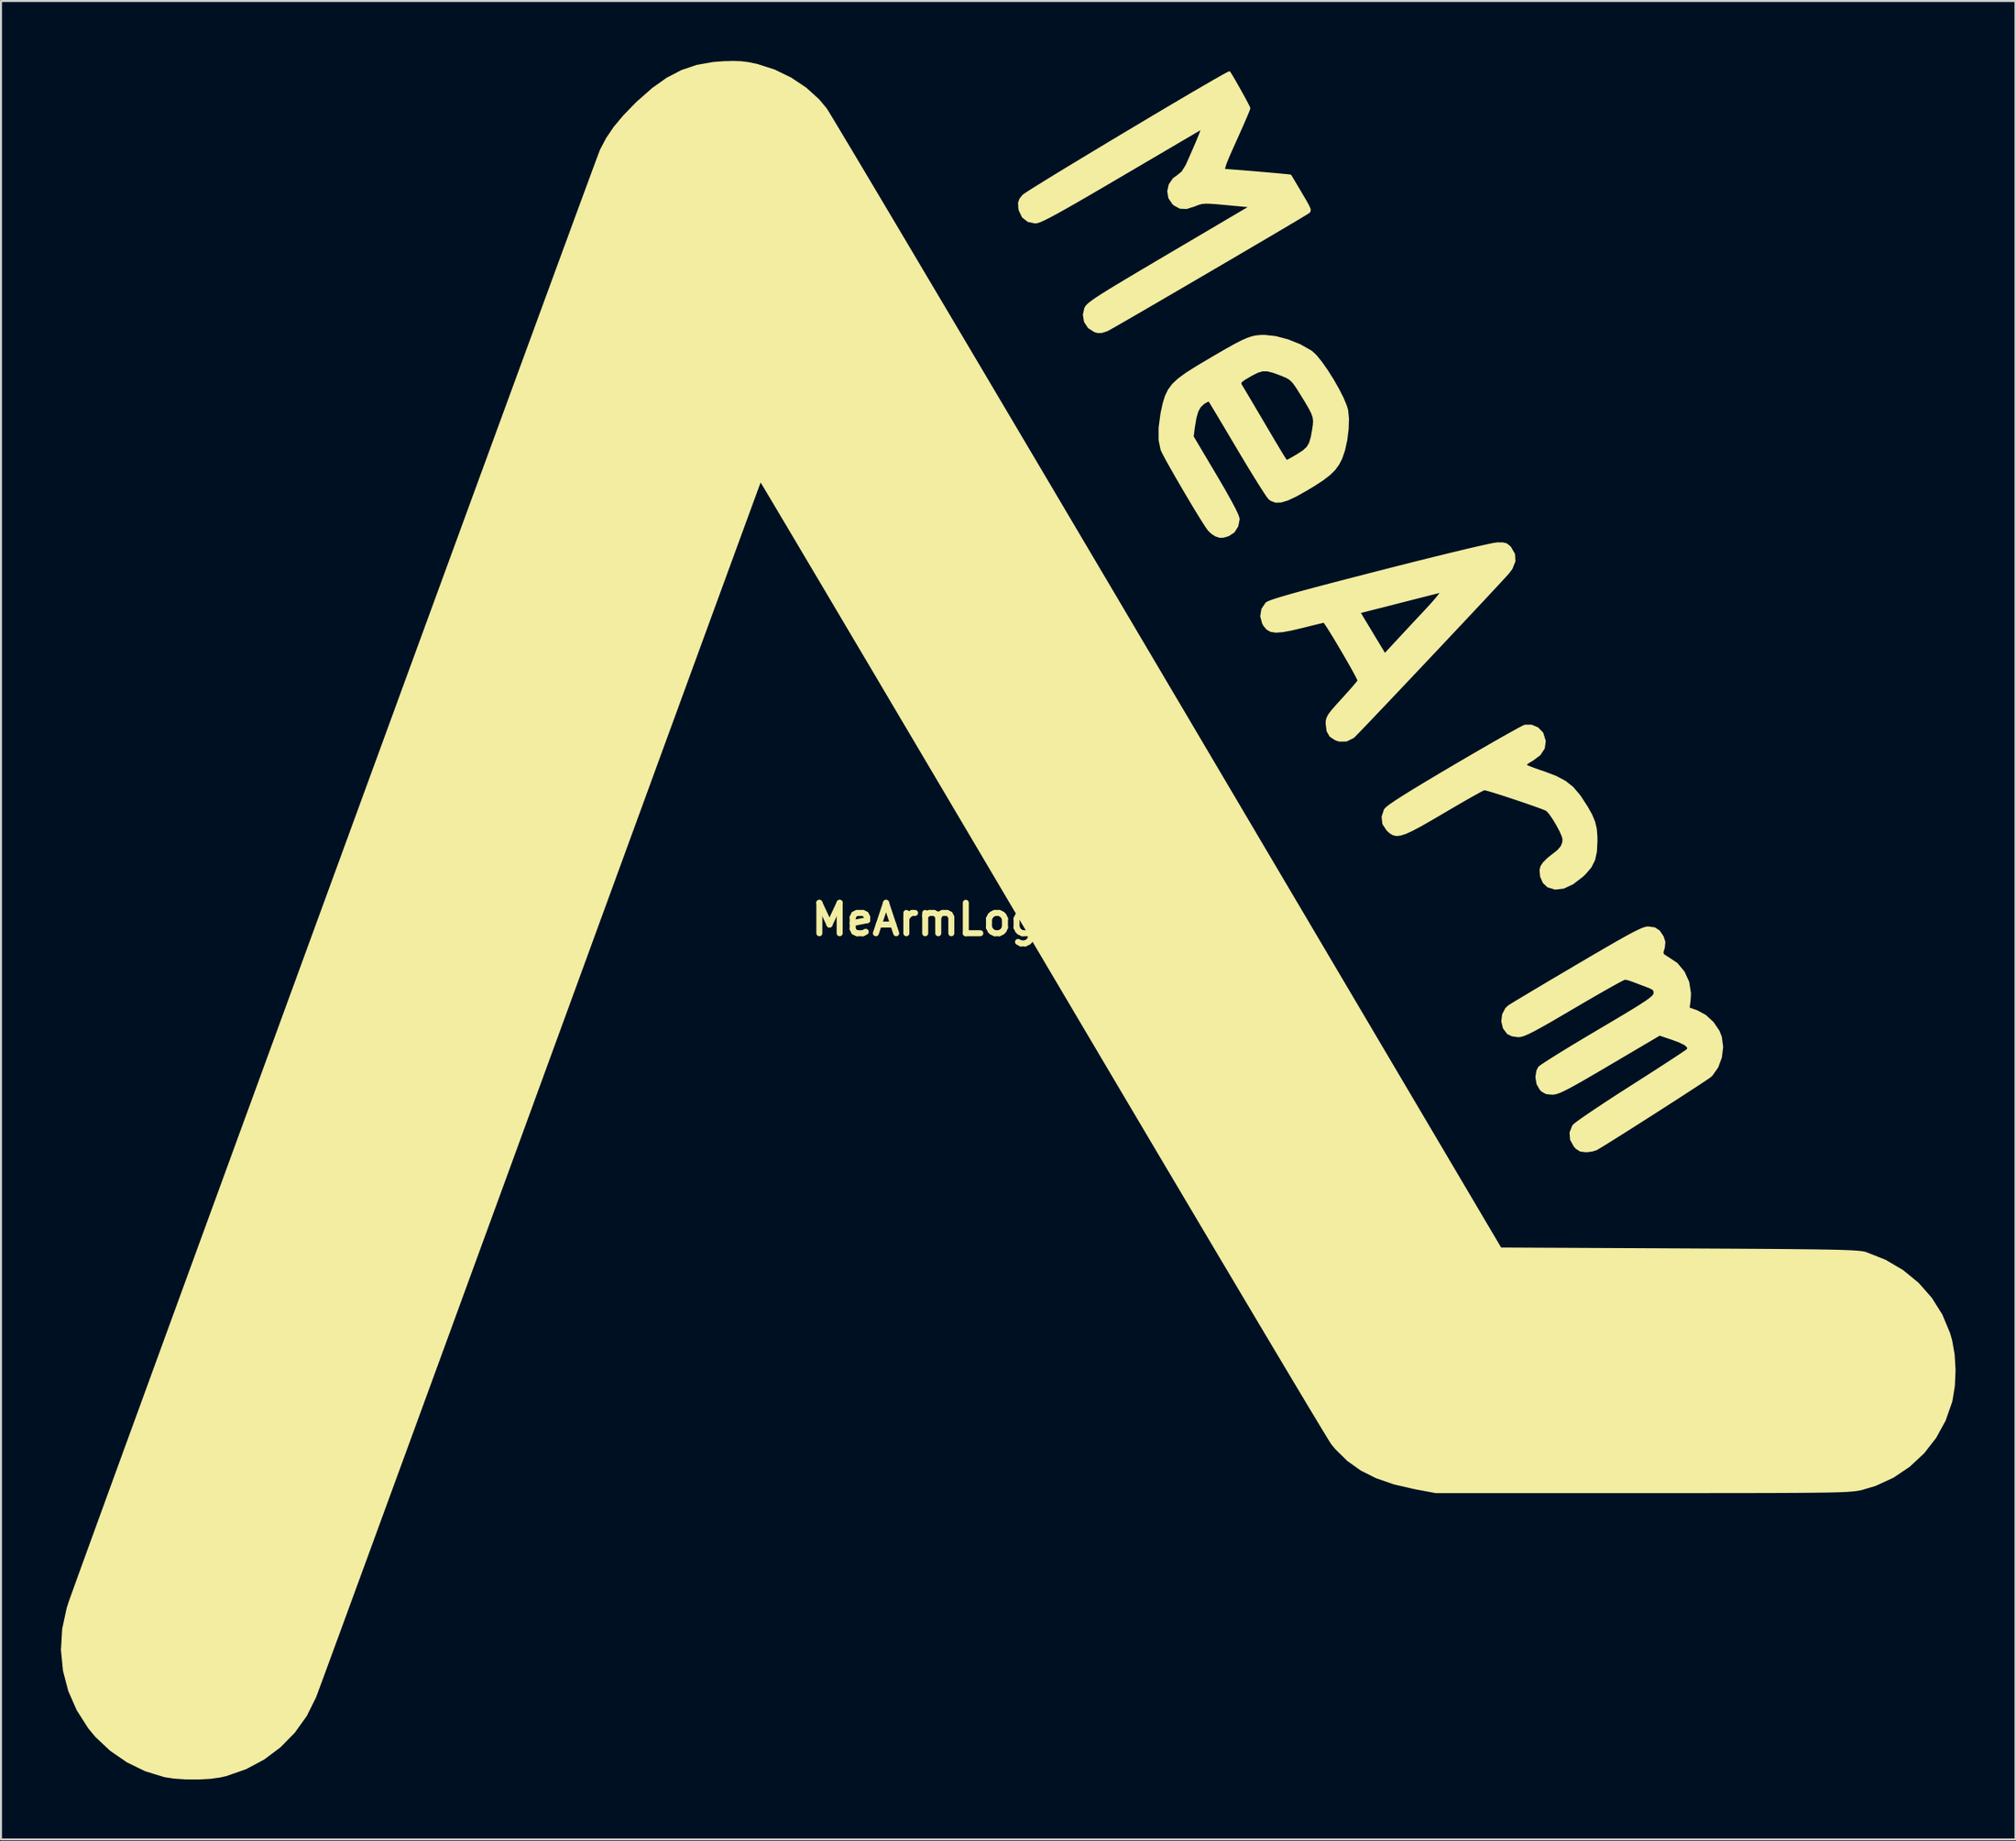
<source format=kicad_pcb>
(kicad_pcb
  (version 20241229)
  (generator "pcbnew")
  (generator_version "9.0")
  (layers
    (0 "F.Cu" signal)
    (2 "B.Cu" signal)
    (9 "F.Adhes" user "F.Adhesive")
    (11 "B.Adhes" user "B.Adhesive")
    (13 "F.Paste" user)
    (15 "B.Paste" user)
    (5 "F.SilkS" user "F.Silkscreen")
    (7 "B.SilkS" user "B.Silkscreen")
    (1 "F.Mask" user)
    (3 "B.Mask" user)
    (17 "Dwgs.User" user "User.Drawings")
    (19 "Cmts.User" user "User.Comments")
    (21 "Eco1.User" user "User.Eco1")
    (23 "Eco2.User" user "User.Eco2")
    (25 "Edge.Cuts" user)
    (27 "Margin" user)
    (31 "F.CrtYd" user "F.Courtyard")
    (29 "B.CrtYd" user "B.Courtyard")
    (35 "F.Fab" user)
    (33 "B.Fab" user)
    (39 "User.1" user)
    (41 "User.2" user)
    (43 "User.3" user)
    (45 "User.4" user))
  (footprint "MeArmLogo95mm"
    (layer "F.Cu")
    (at 47.424 42.967)
    (property "Reference" "MeArmLogo95mm" (at 0 0 0) (layer "F.SilkS") (effects (font (size 1.524 1.524) (thickness 0.3))))
    (attr through_hole)
    (fp_poly (pts (xy 29.42 -3.937) (xy 29.393 -3.402) (xy 29.301 -2.983) (xy 29.124 -2.633) (xy 28.845 -2.304) (xy 28.712 -2.178) (xy 28.224 -1.803) (xy 27.772 -1.592) (xy 27.357 -1.544) (xy 26.991 -1.655) (xy 26.779 -1.857) (xy 26.649 -2.151) (xy 26.621 -2.472) (xy 26.661 -2.644) (xy 26.776 -2.818) (xy 26.985 -3.028) (xy 27.177 -3.183) (xy 27.487 -3.426) (xy 27.67 -3.633) (xy 27.756 -3.843) (xy 27.771 -4.015) (xy 27.725 -4.189) (xy 27.607 -4.453) (xy 27.443 -4.759) (xy 27.259 -5.062) (xy 27.084 -5.314) (xy 26.943 -5.468) (xy 26.937 -5.472) (xy 26.82 -5.526) (xy 26.574 -5.62) (xy 26.231 -5.743) (xy 25.823 -5.885) (xy 25.382 -6.034) (xy 24.941 -6.18) (xy 24.53 -6.312) (xy 24.183 -6.42) (xy 23.932 -6.493) (xy 23.808 -6.519) (xy 23.808 -6.519) (xy 23.712 -6.478) (xy 23.491 -6.361) (xy 23.165 -6.18) (xy 22.754 -5.946) (xy 22.278 -5.67) (xy 21.778 -5.376) (xy 21.129 -4.996) (xy 20.606 -4.698) (xy 20.191 -4.478) (xy 19.867 -4.33) (xy 19.615 -4.248) (xy 19.418 -4.226) (xy 19.257 -4.259) (xy 19.115 -4.341) (xy 18.974 -4.466) (xy 18.959 -4.481) (xy 18.756 -4.788) (xy 18.717 -5.134) (xy 18.831 -5.486) (xy 18.907 -5.572) (xy 19.075 -5.706) (xy 19.343 -5.891) (xy 19.719 -6.134) (xy 20.212 -6.441) (xy 20.829 -6.815) (xy 21.579 -7.263) (xy 22.281 -7.678) (xy 22.972 -8.083) (xy 23.624 -8.462) (xy 24.223 -8.807) (xy 24.752 -9.109) (xy 25.195 -9.357) (xy 25.537 -9.545) (xy 25.761 -9.661) (xy 25.846 -9.698) (xy 26.168 -9.698) (xy 26.474 -9.568) (xy 26.699 -9.337) (xy 26.716 -9.306) (xy 26.832 -8.928) (xy 26.784 -8.575) (xy 26.576 -8.258) (xy 26.213 -7.986) (xy 26.144 -7.949) (xy 25.957 -7.834) (xy 25.871 -7.738) (xy 25.877 -7.708) (xy 25.984 -7.655) (xy 26.215 -7.565) (xy 26.532 -7.452) (xy 26.78 -7.368) (xy 27.381 -7.141) (xy 27.851 -6.891) (xy 28.227 -6.59) (xy 28.549 -6.212) (xy 28.629 -6.097) (xy 28.941 -5.617) (xy 29.16 -5.226) (xy 29.303 -4.884) (xy 29.383 -4.549) (xy 29.416 -4.181) (xy 29.42 -3.937)) (stroke (width 0.1) (type solid)) (fill yes) (layer "F.SilkS"))
    (fp_poly (pts (xy 25.314 -17.928) (xy 25.168 -17.565) (xy 24.998 -17.34) (xy 24.819 -17.143) (xy 24.548 -16.849) (xy 24.195 -16.47) (xy 23.774 -16.018) (xy 23.295 -15.507) (xy 22.771 -14.948) (xy 22.213 -14.355) (xy 21.651 -13.757) (xy 21.651 -16.405) (xy 21.632 -16.411) (xy 21.505 -16.378) (xy 21.238 -16.31) (xy 20.858 -16.213) (xy 20.389 -16.094) (xy 19.857 -15.958) (xy 19.509 -15.869) (xy 17.554 -15.371) (xy 18.19 -14.317) (xy 18.826 -13.262) (xy 19.425 -13.909) (xy 19.711 -14.217) (xy 20.071 -14.604) (xy 20.462 -15.023) (xy 20.843 -15.43) (xy 20.913 -15.505) (xy 21.225 -15.846) (xy 21.46 -16.12) (xy 21.606 -16.312) (xy 21.651 -16.405) (xy 21.651 -13.757) (xy 21.634 -13.739) (xy 21.045 -13.115) (xy 20.458 -12.493) (xy 19.886 -11.888) (xy 19.34 -11.311) (xy 18.832 -10.775) (xy 18.373 -10.293) (xy 17.977 -9.877) (xy 17.654 -9.54) (xy 17.417 -9.295) (xy 17.278 -9.155) (xy 17.248 -9.127) (xy 16.906 -8.956) (xy 16.546 -8.952) (xy 16.369 -9.012) (xy 16.106 -9.184) (xy 15.963 -9.435) (xy 15.917 -9.799) (xy 15.917 -9.814) (xy 15.926 -9.962) (xy 15.965 -10.099) (xy 16.052 -10.254) (xy 16.205 -10.454) (xy 16.443 -10.727) (xy 16.701 -11.01) (xy 16.989 -11.329) (xy 17.234 -11.606) (xy 17.414 -11.817) (xy 17.506 -11.936) (xy 17.513 -11.948) (xy 17.48 -12.039) (xy 17.375 -12.246) (xy 17.213 -12.543) (xy 17.01 -12.902) (xy 16.782 -13.297) (xy 16.545 -13.7) (xy 16.315 -14.085) (xy 16.107 -14.424) (xy 15.938 -14.69) (xy 15.823 -14.857) (xy 15.781 -14.901) (xy 15.687 -14.882) (xy 15.462 -14.828) (xy 15.139 -14.749) (xy 14.752 -14.652) (xy 14.732 -14.647) (xy 14.15 -14.509) (xy 13.704 -14.427) (xy 13.37 -14.404) (xy 13.125 -14.442) (xy 12.945 -14.543) (xy 12.804 -14.709) (xy 12.736 -14.829) (xy 12.643 -15.176) (xy 12.7 -15.524) (xy 12.897 -15.819) (xy 12.9 -15.821) (xy 12.976 -15.869) (xy 13.123 -15.931) (xy 13.352 -16.01) (xy 13.671 -16.109) (xy 14.092 -16.231) (xy 14.623 -16.379) (xy 15.274 -16.554) (xy 16.056 -16.761) (xy 16.979 -17.001) (xy 18.052 -17.278) (xy 18.55 -17.406) (xy 19.553 -17.662) (xy 20.501 -17.901) (xy 21.379 -18.119) (xy 22.174 -18.314) (xy 22.873 -18.482) (xy 23.463 -18.62) (xy 23.93 -18.724) (xy 24.261 -18.793) (xy 24.444 -18.821) (xy 24.455 -18.822) (xy 24.734 -18.821) (xy 24.91 -18.777) (xy 25.05 -18.668) (xy 25.111 -18.601) (xy 25.295 -18.276) (xy 25.314 -17.928)) (stroke (width 0.1) (type solid)) (fill yes) (layer "F.SilkS"))
    (fp_poly (pts (xy 16.984 -25.068) (xy 16.968 -24.552) (xy 16.9 -24.003) (xy 16.787 -23.485) (xy 16.644 -23.071) (xy 16.493 -22.781) (xy 16.305 -22.524) (xy 16.055 -22.278) (xy 15.719 -22.02) (xy 15.287 -21.738) (xy 15.287 -24.951) (xy 15.263 -25.14) (xy 15.191 -25.347) (xy 15.061 -25.603) (xy 14.862 -25.942) (xy 14.622 -26.331) (xy 14.411 -26.665) (xy 14.249 -26.888) (xy 14.1 -27.035) (xy 13.93 -27.141) (xy 13.701 -27.24) (xy 13.679 -27.249) (xy 13.269 -27.402) (xy 12.962 -27.48) (xy 12.708 -27.483) (xy 12.456 -27.409) (xy 12.156 -27.257) (xy 12.084 -27.216) (xy 11.804 -27.05) (xy 11.649 -26.938) (xy 11.593 -26.853) (xy 11.613 -26.767) (xy 11.641 -26.72) (xy 11.715 -26.597) (xy 11.862 -26.351) (xy 12.066 -26.008) (xy 12.312 -25.591) (xy 12.588 -25.124) (xy 12.7 -24.934) (xy 13.049 -24.342) (xy 13.322 -23.88) (xy 13.53 -23.532) (xy 13.681 -23.282) (xy 13.785 -23.114) (xy 13.853 -23.013) (xy 13.894 -22.962) (xy 13.918 -22.945) (xy 13.924 -22.945) (xy 14.008 -22.985) (xy 14.197 -23.09) (xy 14.45 -23.238) (xy 14.459 -23.243) (xy 14.755 -23.434) (xy 14.954 -23.616) (xy 15.083 -23.833) (xy 15.172 -24.133) (xy 15.237 -24.492) (xy 15.275 -24.746) (xy 15.287 -24.951) (xy 15.287 -21.738) (xy 15.271 -21.728) (xy 14.899 -21.504) (xy 14.373 -21.209) (xy 13.958 -21.015) (xy 13.632 -20.917) (xy 13.372 -20.908) (xy 13.157 -20.985) (xy 13.051 -21.061) (xy 12.965 -21.168) (xy 12.807 -21.403) (xy 12.586 -21.747) (xy 12.316 -22.181) (xy 12.006 -22.686) (xy 11.67 -23.244) (xy 11.476 -23.572) (xy 11.136 -24.144) (xy 10.824 -24.669) (xy 10.55 -25.129) (xy 10.324 -25.506) (xy 10.157 -25.782) (xy 10.06 -25.941) (xy 10.039 -25.973) (xy 9.953 -25.954) (xy 9.788 -25.859) (xy 9.744 -25.828) (xy 9.573 -25.666) (xy 9.446 -25.437) (xy 9.351 -25.108) (xy 9.274 -24.646) (xy 9.266 -24.591) (xy 9.211 -24.163) (xy 10.363 -22.223) (xy 10.765 -21.536) (xy 11.083 -20.97) (xy 11.316 -20.531) (xy 11.461 -20.223) (xy 11.514 -20.05) (xy 11.515 -20.043) (xy 11.446 -19.691) (xy 11.263 -19.403) (xy 10.997 -19.229) (xy 10.748 -19.155) (xy 10.567 -19.152) (xy 10.372 -19.215) (xy 10.192 -19.33) (xy 10.026 -19.485) (xy 9.918 -19.632) (xy 9.743 -19.901) (xy 9.516 -20.266) (xy 9.252 -20.7) (xy 8.967 -21.178) (xy 8.676 -21.673) (xy 8.394 -22.159) (xy 8.136 -22.611) (xy 7.918 -23.002) (xy 7.756 -23.306) (xy 7.663 -23.497) (xy 7.655 -23.518) (xy 7.557 -23.995) (xy 7.556 -24.597) (xy 7.65 -25.309) (xy 7.656 -25.337) (xy 7.755 -25.801) (xy 7.87 -26.178) (xy 8.021 -26.493) (xy 8.229 -26.772) (xy 8.515 -27.039) (xy 8.9 -27.32) (xy 9.403 -27.639) (xy 9.724 -27.831) (xy 10.378 -28.217) (xy 10.908 -28.524) (xy 11.333 -28.76) (xy 11.675 -28.936) (xy 11.952 -29.059) (xy 12.186 -29.138) (xy 12.396 -29.183) (xy 12.603 -29.203) (xy 12.81 -29.207) (xy 13.368 -29.146) (xy 13.979 -28.983) (xy 14.583 -28.74) (xy 15.117 -28.437) (xy 15.171 -28.399) (xy 15.387 -28.195) (xy 15.648 -27.871) (xy 15.934 -27.463) (xy 16.221 -27.008) (xy 16.488 -26.54) (xy 16.714 -26.096) (xy 16.876 -25.711) (xy 16.941 -25.492) (xy 16.984 -25.068)) (stroke (width 0.1) (type solid)) (fill yes) (layer "F.SilkS"))
    (fp_poly (pts (xy 15.072 -35.47) (xy 15.036 -35.409) (xy 14.961 -35.357) (xy 14.765 -35.237) (xy 14.449 -35.047) (xy 14.026 -34.796) (xy 13.512 -34.492) (xy 12.922 -34.144) (xy 12.27 -33.761) (xy 11.571 -33.35) (xy 10.841 -32.922) (xy 10.093 -32.484) (xy 9.343 -32.045) (xy 8.605 -31.614) (xy 7.895 -31.2) (xy 7.227 -30.811) (xy 6.616 -30.456) (xy 6.077 -30.144) (xy 5.624 -29.883) (xy 5.273 -29.681) (xy 5.038 -29.549) (xy 4.935 -29.493) (xy 4.667 -29.403) (xy 4.459 -29.399) (xy 4.318 -29.439) (xy 4.014 -29.632) (xy 3.824 -29.922) (xy 3.767 -30.268) (xy 3.837 -30.584) (xy 3.875 -30.654) (xy 3.938 -30.731) (xy 4.039 -30.824) (xy 4.189 -30.939) (xy 4.398 -31.085) (xy 4.68 -31.268) (xy 5.044 -31.495) (xy 5.504 -31.775) (xy 6.069 -32.114) (xy 6.751 -32.519) (xy 7.563 -32.999) (xy 8.04 -33.281) (xy 12.122 -35.687) (xy 10.921 -35.8) (xy 10.446 -35.843) (xy 10.104 -35.868) (xy 9.86 -35.874) (xy 9.678 -35.858) (xy 9.523 -35.82) (xy 9.36 -35.757) (xy 9.295 -35.73) (xy 8.907 -35.608) (xy 8.591 -35.619) (xy 8.31 -35.769) (xy 8.235 -35.834) (xy 8.044 -36.116) (xy 7.989 -36.443) (xy 8.062 -36.771) (xy 8.257 -37.057) (xy 8.475 -37.216) (xy 8.697 -37.399) (xy 8.898 -37.72) (xy 8.95 -37.831) (xy 9.228 -38.46) (xy 9.442 -38.956) (xy 9.588 -39.315) (xy 9.667 -39.531) (xy 9.674 -39.599) (xy 9.672 -39.599) (xy 9.589 -39.55) (xy 9.374 -39.425) (xy 9.04 -39.229) (xy 8.6 -38.971) (xy 8.069 -38.659) (xy 7.459 -38.3) (xy 6.784 -37.904) (xy 6.057 -37.477) (xy 5.627 -37.224) (xy 4.73 -36.698) (xy 3.968 -36.254) (xy 3.329 -35.884) (xy 2.8 -35.584) (xy 2.372 -35.346) (xy 2.033 -35.164) (xy 1.772 -35.034) (xy 1.577 -34.947) (xy 1.437 -34.899) (xy 1.341 -34.883) (xy 1.334 -34.883) (xy 0.981 -34.957) (xy 0.714 -35.168) (xy 0.558 -35.495) (xy 0.536 -35.612) (xy 0.523 -35.862) (xy 0.589 -36.048) (xy 0.731 -36.227) (xy 0.83 -36.3) (xy 1.056 -36.448) (xy 1.397 -36.663) (xy 1.839 -36.937) (xy 2.366 -37.261) (xy 2.966 -37.626) (xy 3.623 -38.024) (xy 4.325 -38.448) (xy 5.056 -38.888) (xy 5.803 -39.335) (xy 6.552 -39.782) (xy 7.288 -40.221) (xy 7.997 -40.642) (xy 8.666 -41.037) (xy 9.28 -41.398) (xy 9.826 -41.716) (xy 10.288 -41.983) (xy 10.653 -42.191) (xy 10.907 -42.331) (xy 11.037 -42.395) (xy 11.05 -42.397) (xy 11.145 -42.247) (xy 11.289 -42.004) (xy 11.461 -41.703) (xy 11.641 -41.382) (xy 11.809 -41.075) (xy 11.946 -40.818) (xy 12.031 -40.648) (xy 12.049 -40.6) (xy 12.015 -40.499) (xy 11.921 -40.269) (xy 11.778 -39.936) (xy 11.597 -39.525) (xy 11.389 -39.06) (xy 11.366 -39.01) (xy 11.131 -38.486) (xy 10.962 -38.097) (xy 10.853 -37.823) (xy 10.797 -37.646) (xy 10.788 -37.548) (xy 10.82 -37.51) (xy 10.841 -37.507) (xy 10.98 -37.501) (xy 11.245 -37.482) (xy 11.604 -37.454) (xy 12.025 -37.42) (xy 12.477 -37.382) (xy 12.928 -37.343) (xy 13.347 -37.306) (xy 13.702 -37.273) (xy 13.961 -37.248) (xy 14.094 -37.232) (xy 14.104 -37.229) (xy 14.151 -37.153) (xy 14.266 -36.961) (xy 14.432 -36.681) (xy 14.633 -36.343) (xy 14.633 -36.342) (xy 14.849 -35.975) (xy 14.988 -35.725) (xy 15.06 -35.566) (xy 15.072 -35.47)) (stroke (width 0.1) (type solid)) (fill yes) (layer "F.SilkS"))
    (fp_poly (pts (xy 35.709 6.383) (xy 35.646 6.899) (xy 35.468 7.381) (xy 35.191 7.777) (xy 35.124 7.842) (xy 35.017 7.919) (xy 34.787 8.074) (xy 34.453 8.295) (xy 34.033 8.569) (xy 33.548 8.883) (xy 33.017 9.225) (xy 32.46 9.583) (xy 31.895 9.944) (xy 31.343 10.295) (xy 30.823 10.625) (xy 30.353 10.921) (xy 29.955 11.17) (xy 29.646 11.36) (xy 29.448 11.479) (xy 29.406 11.502) (xy 29.199 11.566) (xy 28.93 11.599) (xy 28.884 11.599) (xy 28.622 11.568) (xy 28.427 11.446) (xy 28.329 11.339) (xy 28.149 11.013) (xy 28.122 10.67) (xy 28.249 10.347) (xy 28.281 10.303) (xy 28.39 10.21) (xy 28.625 10.037) (xy 28.97 9.798) (xy 29.408 9.502) (xy 29.922 9.162) (xy 30.495 8.788) (xy 31.111 8.393) (xy 31.204 8.334) (xy 31.817 7.942) (xy 32.386 7.577) (xy 32.894 7.248) (xy 33.325 6.967) (xy 33.663 6.743) (xy 33.892 6.588) (xy 33.998 6.51) (xy 34.002 6.505) (xy 34.003 6.381) (xy 33.852 6.246) (xy 33.543 6.097) (xy 33.216 5.977) (xy 32.577 5.762) (xy 30.068 7.241) (xy 29.383 7.644) (xy 28.826 7.968) (xy 28.382 8.22) (xy 28.034 8.411) (xy 27.765 8.547) (xy 27.561 8.638) (xy 27.403 8.691) (xy 27.277 8.716) (xy 27.195 8.72) (xy 26.912 8.691) (xy 26.709 8.58) (xy 26.624 8.497) (xy 26.47 8.225) (xy 26.415 7.893) (xy 26.464 7.572) (xy 26.549 7.408) (xy 26.648 7.328) (xy 26.878 7.174) (xy 27.22 6.955) (xy 27.658 6.682) (xy 28.175 6.366) (xy 28.755 6.017) (xy 29.381 5.645) (xy 29.488 5.581) (xy 30.214 5.152) (xy 30.807 4.799) (xy 31.279 4.513) (xy 31.644 4.285) (xy 31.915 4.107) (xy 32.105 3.97) (xy 32.228 3.865) (xy 32.297 3.783) (xy 32.325 3.716) (xy 32.326 3.706) (xy 32.322 3.569) (xy 32.243 3.472) (xy 32.053 3.38) (xy 31.945 3.339) (xy 31.639 3.225) (xy 31.346 3.113) (xy 31.253 3.077) (xy 31.028 3) (xy 30.858 2.964) (xy 30.846 2.963) (xy 30.746 3.005) (xy 30.519 3.123) (xy 30.182 3.308) (xy 29.754 3.55) (xy 29.252 3.838) (xy 28.694 4.162) (xy 28.284 4.403) (xy 27.601 4.803) (xy 27.048 5.125) (xy 26.607 5.374) (xy 26.262 5.561) (xy 25.998 5.692) (xy 25.798 5.778) (xy 25.647 5.824) (xy 25.529 5.841) (xy 25.504 5.842) (xy 25.21 5.801) (xy 24.986 5.695) (xy 24.985 5.694) (xy 24.787 5.431) (xy 24.708 5.103) (xy 24.746 4.765) (xy 24.899 4.469) (xy 25.041 4.336) (xy 25.162 4.26) (xy 25.412 4.107) (xy 25.776 3.889) (xy 26.237 3.613) (xy 26.779 3.29) (xy 27.386 2.93) (xy 28.042 2.543) (xy 28.475 2.287) (xy 29.265 1.823) (xy 29.922 1.44) (xy 30.462 1.129) (xy 30.897 0.885) (xy 31.24 0.699) (xy 31.506 0.566) (xy 31.707 0.476) (xy 31.857 0.424) (xy 31.969 0.402) (xy 32.009 0.4) (xy 32.321 0.442) (xy 32.548 0.589) (xy 32.736 0.871) (xy 32.817 1.127) (xy 32.79 1.416) (xy 32.718 1.636) (xy 32.746 1.758) (xy 32.931 1.887) (xy 32.981 1.912) (xy 33.437 2.218) (xy 33.786 2.637) (xy 34.012 3.138) (xy 34.1 3.694) (xy 34.084 4.01) (xy 34.029 4.445) (xy 34.45 4.595) (xy 34.869 4.823) (xy 35.244 5.171) (xy 35.528 5.591) (xy 35.645 5.885) (xy 35.709 6.383)) (stroke (width 0.1) (type solid)) (fill yes) (layer "F.SilkS"))
    (fp_poly (pts (xy 47.341 22.549) (xy 47.306 23.338) (xy 47.19 24.058) (xy 47.169 24.142) (xy 46.844 25.068) (xy 46.376 25.921) (xy 45.779 26.686) (xy 45.07 27.348) (xy 44.264 27.891) (xy 43.377 28.301) (xy 42.696 28.505) (xy 42.59 28.528) (xy 42.474 28.549) (xy 42.339 28.567) (xy 42.174 28.583) (xy 41.971 28.598) (xy 41.719 28.61) (xy 41.411 28.621) (xy 41.036 28.63) (xy 40.584 28.637) (xy 40.047 28.643) (xy 39.415 28.648) (xy 38.679 28.652) (xy 37.829 28.655) (xy 36.855 28.657) (xy 35.749 28.658) (xy 34.501 28.659) (xy 33.102 28.66) (xy 31.708 28.66) (xy 21.378 28.66) (xy 20.326 28.463) (xy 19.3 28.226) (xy 18.413 27.92) (xy 17.647 27.535) (xy 16.981 27.06) (xy 16.396 26.486) (xy 16.198 26.247) (xy 16.126 26.138) (xy 15.972 25.889) (xy 15.738 25.505) (xy 15.429 24.992) (xy 15.046 24.356) (xy 14.594 23.601) (xy 14.075 22.734) (xy 13.494 21.759) (xy 12.852 20.683) (xy 12.155 19.511) (xy 11.404 18.248) (xy 10.603 16.9) (xy 9.756 15.473) (xy 8.866 13.972) (xy 7.935 12.403) (xy 6.968 10.771) (xy 5.968 9.082) (xy 4.937 7.34) (xy 3.88 5.553) (xy 2.799 3.725) (xy 1.714 1.889) (xy 0.617 0.033) (xy -0.458 -1.786) (xy -1.507 -3.562) (xy -2.528 -5.289) (xy -3.517 -6.962) (xy -4.471 -8.576) (xy -5.388 -10.124) (xy -6.262 -11.603) (xy -7.092 -13.006) (xy -7.875 -14.327) (xy -8.606 -15.563) (xy -9.284 -16.707) (xy -9.904 -17.753) (xy -10.464 -18.697) (xy -10.96 -19.534) (xy -11.389 -20.256) (xy -11.748 -20.86) (xy -12.034 -21.341) (xy -12.243 -21.691) (xy -12.373 -21.907) (xy -12.42 -21.982) (xy -12.42 -21.983) (xy -12.451 -21.902) (xy -12.537 -21.669) (xy -12.677 -21.287) (xy -12.87 -20.763) (xy -13.112 -20.101) (xy -13.403 -19.308) (xy -13.739 -18.389) (xy -14.12 -17.348) (xy -14.543 -16.193) (xy -15.006 -14.928) (xy -15.507 -13.558) (xy -16.044 -12.09) (xy -16.615 -10.528) (xy -17.219 -8.879) (xy -17.852 -7.147) (xy -18.513 -5.338) (xy -19.201 -3.457) (xy -19.912 -1.511) (xy -20.646 0.496) (xy -21.399 2.558) (xy -22.171 4.67) (xy -22.959 6.825) (xy -23.452 8.174) (xy -24.251 10.361) (xy -25.036 12.51) (xy -25.805 14.615) (xy -26.557 16.671) (xy -27.289 18.672) (xy -27.998 20.613) (xy -28.684 22.488) (xy -29.344 24.292) (xy -29.975 26.018) (xy -30.577 27.661) (xy -31.146 29.216) (xy -31.681 30.677) (xy -32.179 32.038) (xy -32.64 33.294) (xy -33.059 34.44) (xy -33.436 35.468) (xy -33.769 36.374) (xy -34.055 37.153) (xy -34.292 37.798) (xy -34.479 38.304) (xy -34.612 38.666) (xy -34.691 38.877) (xy -34.711 38.928) (xy -35.166 39.841) (xy -35.758 40.667) (xy -36.468 41.392) (xy -37.281 42.002) (xy -38.18 42.482) (xy -39.147 42.819) (xy -39.439 42.888) (xy -39.936 42.959) (xy -40.531 42.993) (xy -41.159 42.99) (xy -41.752 42.95) (xy -42.231 42.877) (xy -43.188 42.584) (xy -44.098 42.14) (xy -44.933 41.565) (xy -45.666 40.876) (xy -46.02 40.448) (xy -46.593 39.549) (xy -47.012 38.592) (xy -47.273 37.591) (xy -47.374 36.561) (xy -47.313 35.516) (xy -47.088 34.473) (xy -47.001 34.201) (xy -46.938 34.021) (xy -46.82 33.692) (xy -46.649 33.218) (xy -46.428 32.607) (xy -46.158 31.864) (xy -45.842 30.995) (xy -45.483 30.008) (xy -45.082 28.907) (xy -44.642 27.698) (xy -44.165 26.389) (xy -43.652 24.986) (xy -43.108 23.493) (xy -42.533 21.918) (xy -41.93 20.266) (xy -41.301 18.545) (xy -40.649 16.759) (xy -39.975 14.915) (xy -39.282 13.019) (xy -38.573 11.077) (xy -37.848 9.096) (xy -37.112 7.082) (xy -36.365 5.04) (xy -35.611 2.977) (xy -34.851 0.898) (xy -34.087 -1.189) (xy -33.322 -3.279) (xy -32.559 -5.365) (xy -31.799 -7.442) (xy -31.044 -9.504) (xy -30.298 -11.544) (xy -29.561 -13.556) (xy -28.837 -15.533) (xy -28.127 -17.471) (xy -27.434 -19.363) (xy -26.761 -21.202) (xy -26.108 -22.982) (xy -25.479 -24.698) (xy -24.876 -26.343) (xy -24.301 -27.911) (xy -23.756 -29.396) (xy -23.244 -30.792) (xy -22.767 -32.092) (xy -22.327 -33.291) (xy -21.925 -34.382) (xy -21.566 -35.36) (xy -21.25 -36.217) (xy -20.98 -36.949) (xy -20.759 -37.548) (xy -20.588 -38.009) (xy -20.469 -38.326) (xy -20.406 -38.492) (xy -20.397 -38.514) (xy -20.099 -39.079) (xy -19.727 -39.63) (xy -19.255 -40.196) (xy -18.662 -40.808) (xy -18.557 -40.91) (xy -17.806 -41.572) (xy -17.081 -42.086) (xy -16.352 -42.464) (xy -15.594 -42.72) (xy -14.777 -42.865) (xy -14.266 -42.904) (xy -13.769 -42.917) (xy -13.37 -42.902) (xy -12.999 -42.854) (xy -12.585 -42.766) (xy -11.724 -42.489) (xy -10.902 -42.089) (xy -10.154 -41.589) (xy -9.512 -41.008) (xy -9.147 -40.569) (xy -9.077 -40.46) (xy -8.924 -40.209) (xy -8.691 -39.823) (xy -8.381 -39.306) (xy -7.997 -38.664) (xy -7.542 -37.902) (xy -7.019 -37.024) (xy -6.431 -36.036) (xy -5.781 -34.942) (xy -5.072 -33.749) (xy -4.308 -32.46) (xy -3.49 -31.082) (xy -2.622 -29.619) (xy -1.708 -28.076) (xy -0.749 -26.458) (xy 0.25 -24.77) (xy 1.287 -23.019) (xy 2.359 -21.207) (xy 3.462 -19.341) (xy 4.595 -17.426) (xy 5.753 -15.467) (xy 6.934 -13.469) (xy 7.926 -11.791) (xy 24.62 16.468) (xy 33.54 16.512) (xy 34.981 16.52) (xy 36.263 16.527) (xy 37.396 16.534) (xy 38.388 16.541) (xy 39.25 16.549) (xy 39.991 16.557) (xy 40.622 16.566) (xy 41.152 16.575) (xy 41.591 16.586) (xy 41.948 16.598) (xy 42.234 16.611) (xy 42.458 16.626) (xy 42.631 16.643) (xy 42.761 16.661) (xy 42.858 16.682) (xy 42.897 16.693) (xy 43.865 17.077) (xy 44.739 17.591) (xy 45.508 18.223) (xy 46.159 18.962) (xy 46.683 19.795) (xy 47.066 20.712) (xy 47.167 21.058) (xy 47.294 21.765) (xy 47.341 22.549)) (stroke (width 0.1) (type solid)) (fill yes) (layer "F.SilkS")))
  (gr_rect
    (start -3 -3)
    (end 97.814 89.01)
    (stroke (width 0.1) (type default))
    (fill no)
    (layer "Edge.Cuts")))
</source>
